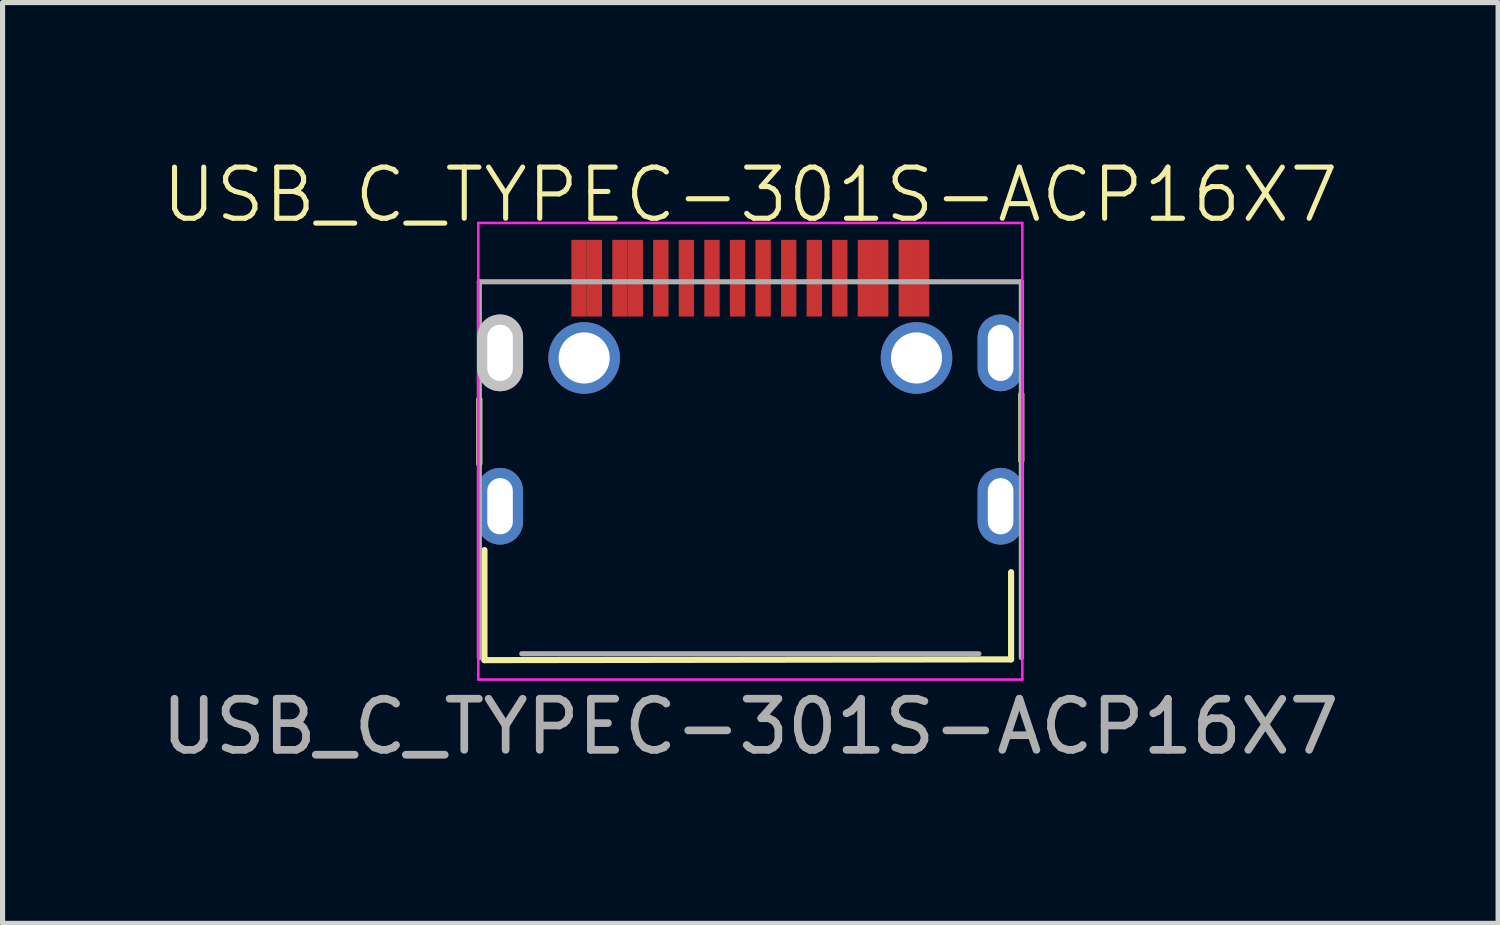
<source format=kicad_pcb>
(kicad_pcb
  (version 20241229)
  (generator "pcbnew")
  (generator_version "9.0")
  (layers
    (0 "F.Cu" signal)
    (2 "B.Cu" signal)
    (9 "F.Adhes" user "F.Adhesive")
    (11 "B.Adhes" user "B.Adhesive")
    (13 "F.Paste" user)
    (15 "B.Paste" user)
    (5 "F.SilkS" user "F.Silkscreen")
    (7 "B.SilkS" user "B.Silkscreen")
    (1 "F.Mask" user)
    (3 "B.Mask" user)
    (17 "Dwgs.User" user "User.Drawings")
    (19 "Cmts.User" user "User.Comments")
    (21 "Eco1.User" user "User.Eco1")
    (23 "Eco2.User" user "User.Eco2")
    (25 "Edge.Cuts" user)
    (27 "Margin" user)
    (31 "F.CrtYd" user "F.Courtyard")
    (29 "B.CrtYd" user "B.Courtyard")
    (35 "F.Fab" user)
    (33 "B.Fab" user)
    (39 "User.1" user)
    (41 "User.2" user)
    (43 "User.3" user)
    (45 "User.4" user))
  (footprint "USB_C_TYPEC-301S-ACP16X7"
    (layer "F.Cu")
    (at 11.625 6.061)
    (property "Reference" "USB_C_TYPEC-301S-ACP16X7" (at 0 -5.3 0) (unlocked yes) (layer "F.SilkS") (effects (font (size 1 1) (thickness 0.1))))
    (fp_line (start -5.3 -1.3) (end -5.3 -0.04) (stroke (width 0.12) (type solid)) (layer "F.SilkS"))
    (fp_line (start -5.2 3.8) (end -5.2 1.647) (stroke (width 0.12) (type solid)) (layer "F.SilkS"))
    (fp_line (start 5.1 2.08) (end 5.1 3.785) (stroke (width 0.12) (type solid)) (layer "F.SilkS"))
    (fp_line (start 5.1 3.785) (end -5.2 3.8) (stroke (width 0.12) (type solid)) (layer "F.SilkS"))
    (fp_line (start 5.3 -0.1) (end 5.3 -1.4) (stroke (width 0.12) (type solid)) (layer "F.SilkS"))
    (fp_line (start -5.32 -4.75) (end 5.32 -4.75) (stroke (width 0.05) (type solid)) (layer "F.CrtYd"))
    (fp_line (start -5.32 4.18) (end -5.32 -4.75) (stroke (width 0.05) (type solid)) (layer "F.CrtYd"))
    (fp_line (start 5.32 -4.75) (end 5.32 4.18) (stroke (width 0.05) (type solid)) (layer "F.CrtYd"))
    (fp_line (start 5.32 4.18) (end -5.32 4.18) (stroke (width 0.05) (type solid)) (layer "F.CrtYd"))
    (fp_line (start -5.3 -3.6) (end -5.3 3.75) (stroke (width 0.1) (type solid)) (layer "F.Fab"))
    (fp_line (start -5.3 -3.6) (end 5.3 -3.6) (stroke (width 0.1) (type solid)) (layer "F.Fab"))
    (fp_line (start -4.47 3.675) (end 4.47 3.675) (stroke (width 0.1) (type solid)) (layer "F.Fab"))
    (fp_line (start 5.3 3.75) (end 5.3 -3.6) (stroke (width 0.1) (type solid)) (layer "F.Fab"))
    (fp_text user "${REFERENCE}" (at 0 5.1 0) (layer "F.Fab") (effects (font (size 1 1) (thickness 0.15))))
    (pad "A1" smd rect (at -3.35 -3.67) (size 0.3 1.5) (layers "F.Cu" "F.Mask" "F.Paste"))
    (pad "A4" smd rect (at -2.55 -3.67) (size 0.3 1.5) (layers "F.Cu" "F.Mask" "F.Paste"))
    (pad "A5" smd rect (at -1.25 -3.67) (size 0.3 1.5) (layers "F.Cu" "F.Mask" "F.Paste"))
    (pad "A6" smd rect (at -0.25 -3.67) (size 0.3 1.5) (layers "F.Cu" "F.Mask" "F.Paste"))
    (pad "A7" smd rect (at 0.25 -3.67) (size 0.3 1.5) (layers "F.Cu" "F.Mask" "F.Paste"))
    (pad "A8" smd rect (at 1.25 -3.67) (size 0.3 1.5) (layers "F.Cu" "F.Mask" "F.Paste"))
    (pad "A9" smd rect (at 2.55 -3.67) (size 0.3 1.5) (layers "F.Cu" "F.Mask" "F.Paste"))
    (pad "A12" smd rect (at 3.35 -3.67) (size 0.3 1.5) (layers "F.Cu" "F.Mask" "F.Paste"))
    (pad "B1" smd rect (at 3.05 -3.67) (size 0.3 1.5) (layers "F.Cu" "F.Mask" "F.Paste"))
    (pad "B4" smd rect (at 2.25 -3.67) (size 0.3 1.5) (layers "F.Cu" "F.Mask" "F.Paste"))
    (pad "B5" smd rect (at 1.75 -3.67) (size 0.3 1.5) (layers "F.Cu" "F.Mask" "F.Paste"))
    (pad "B6" smd rect (at 0.75 -3.67) (size 0.3 1.5) (layers "F.Cu" "F.Mask" "F.Paste"))
    (pad "B7" smd rect (at -0.75 -3.67) (size 0.3 1.5) (layers "F.Cu" "F.Mask" "F.Paste"))
    (pad "B8" smd rect (at -1.75 -3.67) (size 0.3 1.5) (layers "F.Cu" "F.Mask" "F.Paste"))
    (pad "B9" smd rect (at -2.25 -3.67) (size 0.3 1.5) (layers "F.Cu" "F.Mask" "F.Paste"))
    (pad "B12" smd rect (at -3.05 -3.67) (size 0.3 1.5) (layers "F.Cu" "F.Mask" "F.Paste"))
    (pad "S1" thru_hole oval (at -4.895 -2.21) (size 0.9 1.5) (drill oval 0.5 1.1) (layers "*.Cu" "*.Mask" "Dwgs.User"))
    (pad "S1" thru_hole oval (at -4.895 0.79) (size 0.9 1.5) (drill oval 0.5 1.1) (layers "*.Cu" "*.Mask"))
    (pad "S1" thru_hole circle (at -3.25 -2.11) (size 1.4 1.4) (drill 1) (layers "*.Cu" "*.Mask"))
    (pad "S1" thru_hole circle (at 3.25 -2.11) (size 1.4 1.4) (drill 1) (layers "*.Cu" "*.Mask"))
    (pad "S1" thru_hole oval (at 4.895 -2.21) (size 0.9 1.5) (drill oval 0.5 1.1) (layers "*.Cu" "*.Mask"))
    (pad "S1" thru_hole oval (at 4.895 0.79) (size 0.9 1.5) (drill oval 0.5 1.1) (layers "*.Cu" "*.Mask")))
  (gr_rect
    (start -3 -3)
    (end 26.25 15.009)
    (stroke (width 0.1) (type default))
    (fill no)
    (layer "Edge.Cuts")))
</source>
